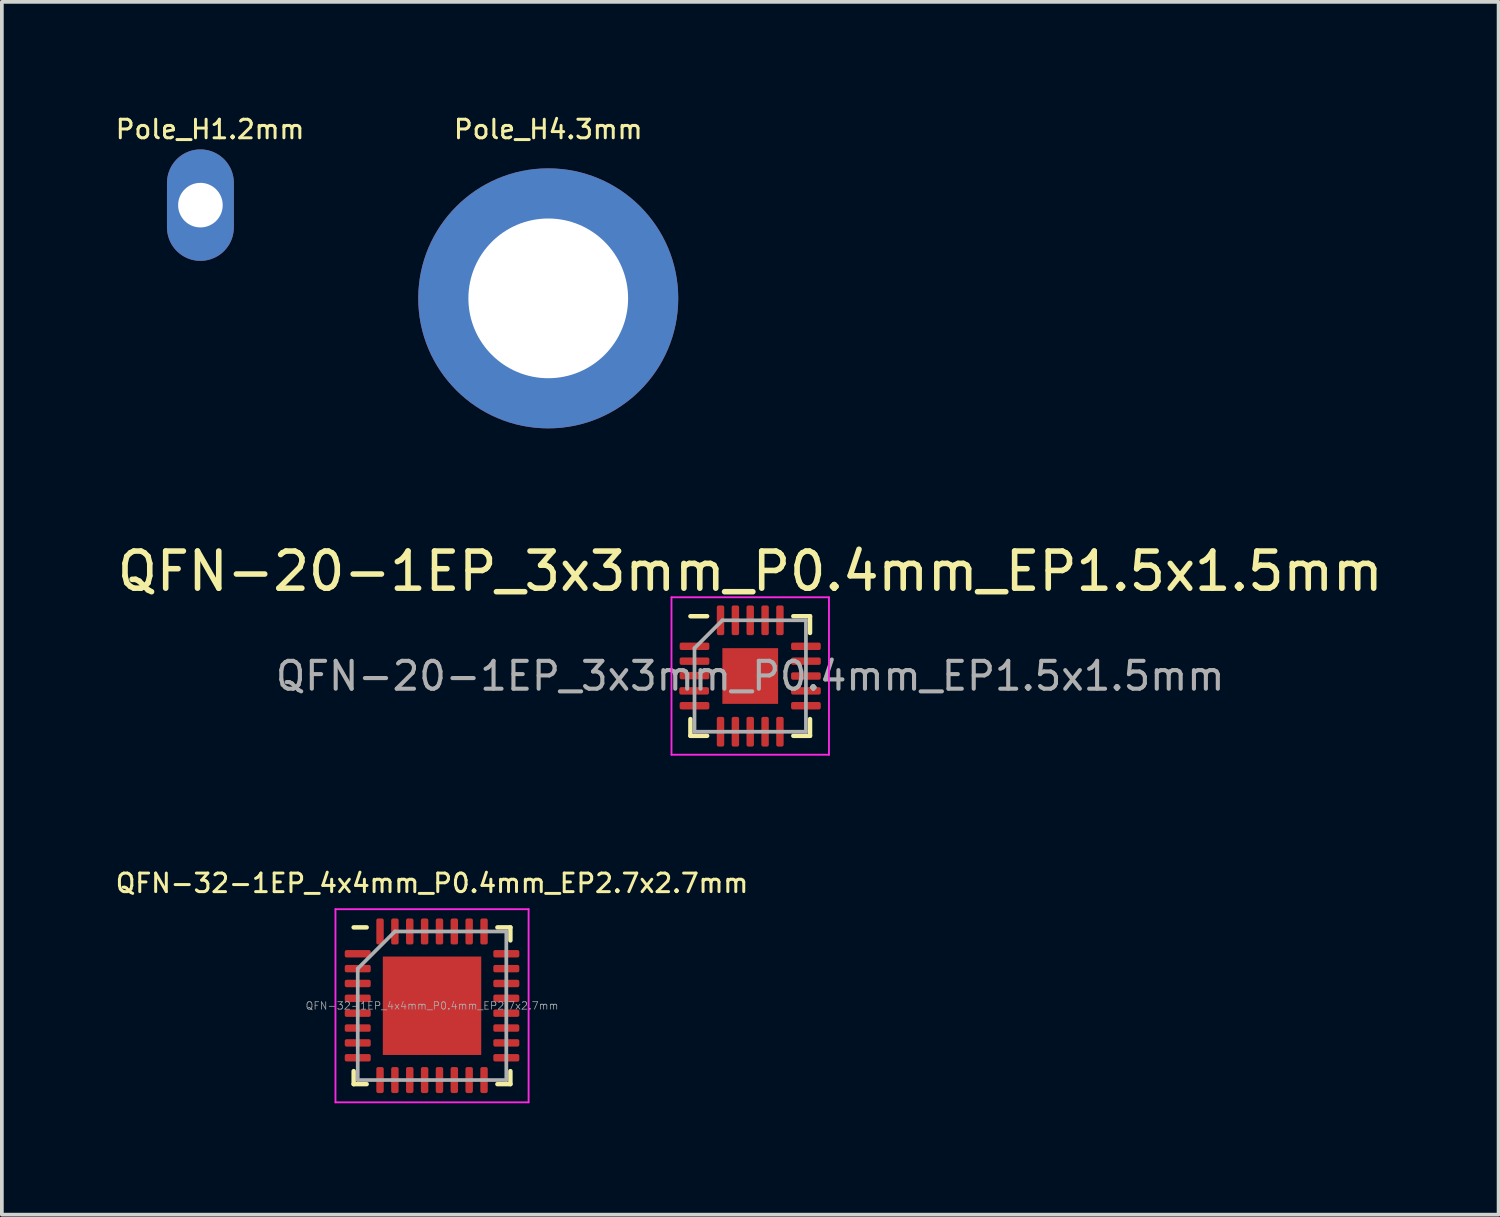
<source format=kicad_pcb>
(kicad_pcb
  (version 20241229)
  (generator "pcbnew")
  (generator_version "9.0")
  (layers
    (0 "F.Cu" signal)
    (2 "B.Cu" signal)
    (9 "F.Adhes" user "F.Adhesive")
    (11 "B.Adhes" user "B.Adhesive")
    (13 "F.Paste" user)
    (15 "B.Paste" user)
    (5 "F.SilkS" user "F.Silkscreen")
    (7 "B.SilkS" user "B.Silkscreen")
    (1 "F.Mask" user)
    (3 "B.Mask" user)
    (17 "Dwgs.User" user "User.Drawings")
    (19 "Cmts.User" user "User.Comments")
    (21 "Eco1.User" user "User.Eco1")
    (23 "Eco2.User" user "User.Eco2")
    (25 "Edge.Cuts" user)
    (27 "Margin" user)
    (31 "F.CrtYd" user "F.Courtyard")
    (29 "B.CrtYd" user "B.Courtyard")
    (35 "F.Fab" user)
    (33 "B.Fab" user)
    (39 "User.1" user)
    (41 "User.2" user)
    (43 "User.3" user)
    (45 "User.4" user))
  (footprint "QFN-20-1EP_3x3mm_P0.4mm_EP1.5x1.5mm"
    (layer "F.Cu")
    (at 17.149 15.151)
    (property "Reference" "QFN-20-1EP_3x3mm_P0.4mm_EP1.5x1.5mm" (at 0 -2.82 0) (layer "F.SilkS") (effects (font (size 1 1) (thickness 0.15))))
    (attr smd)
    (fp_line (start -1.61 1.61) (end -1.61 1.16) (stroke (width 0.12) (type solid)) (layer "F.SilkS"))
    (fp_line (start -1.16 -1.61) (end -1.61 -1.61) (stroke (width 0.12) (type solid)) (layer "F.SilkS"))
    (fp_line (start -1.16 1.61) (end -1.61 1.61) (stroke (width 0.12) (type solid)) (layer "F.SilkS"))
    (fp_line (start 1.16 -1.61) (end 1.61 -1.61) (stroke (width 0.12) (type solid)) (layer "F.SilkS"))
    (fp_line (start 1.16 1.61) (end 1.61 1.61) (stroke (width 0.12) (type solid)) (layer "F.SilkS"))
    (fp_line (start 1.61 -1.61) (end 1.61 -1.16) (stroke (width 0.12) (type solid)) (layer "F.SilkS"))
    (fp_line (start 1.61 1.61) (end 1.61 1.16) (stroke (width 0.12) (type solid)) (layer "F.SilkS"))
    (fp_line (start -2.12 -2.12) (end -2.12 2.12) (stroke (width 0.05) (type solid)) (layer "F.CrtYd"))
    (fp_line (start -2.12 2.12) (end 2.12 2.12) (stroke (width 0.05) (type solid)) (layer "F.CrtYd"))
    (fp_line (start 2.12 -2.12) (end -2.12 -2.12) (stroke (width 0.05) (type solid)) (layer "F.CrtYd"))
    (fp_line (start 2.12 2.12) (end 2.12 -2.12) (stroke (width 0.05) (type solid)) (layer "F.CrtYd"))
    (fp_line (start -1.5 -0.75) (end -0.75 -1.5) (stroke (width 0.1) (type solid)) (layer "F.Fab"))
    (fp_line (start -1.5 1.5) (end -1.5 -0.75) (stroke (width 0.1) (type solid)) (layer "F.Fab"))
    (fp_line (start -0.75 -1.5) (end 1.5 -1.5) (stroke (width 0.1) (type solid)) (layer "F.Fab"))
    (fp_line (start 1.5 -1.5) (end 1.5 1.5) (stroke (width 0.1) (type solid)) (layer "F.Fab"))
    (fp_line (start 1.5 1.5) (end -1.5 1.5) (stroke (width 0.1) (type solid)) (layer "F.Fab"))
    (fp_text user "${REFERENCE}" (at 0 0 0) (layer "F.Fab") (effects (font (size 0.75 0.75) (thickness 0.11))))
    (pad "" smd roundrect (at -0.41 -0.41) (size 0.67 0.67) (layers "F.Paste") (roundrect_rratio 0.25))
    (pad "" smd roundrect (at -0.41 0.41) (size 0.67 0.67) (layers "F.Paste") (roundrect_rratio 0.25))
    (pad "" smd roundrect (at 0.41 -0.41) (size 0.67 0.67) (layers "F.Paste") (roundrect_rratio 0.25))
    (pad "" smd roundrect (at 0.41 0.41) (size 0.67 0.67) (layers "F.Paste") (roundrect_rratio 0.25))
    (pad "1" smd roundrect (at -1.5 -0.8) (size 0.8 0.2) (layers "F.Cu" "F.Mask" "F.Paste") (roundrect_rratio 0.25))
    (pad "2" smd roundrect (at -1.5 -0.4) (size 0.8 0.2) (layers "F.Cu" "F.Mask" "F.Paste") (roundrect_rratio 0.25))
    (pad "3" smd roundrect (at -1.5 -0.01) (size 0.8 0.2) (layers "F.Cu" "F.Mask" "F.Paste") (roundrect_rratio 0.25))
    (pad "4" smd roundrect (at -1.51 0.4) (size 0.8 0.2) (layers "F.Cu" "F.Mask" "F.Paste") (roundrect_rratio 0.25))
    (pad "5" smd roundrect (at -1.5 0.8) (size 0.8 0.2) (layers "F.Cu" "F.Mask" "F.Paste") (roundrect_rratio 0.25))
    (pad "6" smd roundrect (at -0.8 1.5) (size 0.2 0.8) (layers "F.Cu" "F.Mask" "F.Paste") (roundrect_rratio 0.25))
    (pad "7" smd roundrect (at -0.4 1.5) (size 0.2 0.8) (layers "F.Cu" "F.Mask" "F.Paste") (roundrect_rratio 0.25))
    (pad "8" smd roundrect (at 0 1.5) (size 0.2 0.8) (layers "F.Cu" "F.Mask" "F.Paste") (roundrect_rratio 0.25))
    (pad "9" smd roundrect (at 0.4 1.5) (size 0.2 0.8) (layers "F.Cu" "F.Mask" "F.Paste") (roundrect_rratio 0.25))
    (pad "10" smd roundrect (at 0.8 1.5) (size 0.2 0.8) (layers "F.Cu" "F.Mask" "F.Paste") (roundrect_rratio 0.25))
    (pad "11" smd roundrect (at 1.5 0.8) (size 0.8 0.2) (layers "F.Cu" "F.Mask" "F.Paste") (roundrect_rratio 0.25))
    (pad "12" smd roundrect (at 1.5 0.4) (size 0.8 0.2) (layers "F.Cu" "F.Mask" "F.Paste") (roundrect_rratio 0.25))
    (pad "13" smd roundrect (at 1.5 0) (size 0.8 0.2) (layers "F.Cu" "F.Mask" "F.Paste") (roundrect_rratio 0.25))
    (pad "14" smd roundrect (at 1.5 -0.4) (size 0.8 0.2) (layers "F.Cu" "F.Mask" "F.Paste") (roundrect_rratio 0.25))
    (pad "15" smd roundrect (at 1.5 -0.8) (size 0.8 0.2) (layers "F.Cu" "F.Mask" "F.Paste") (roundrect_rratio 0.25))
    (pad "16" smd roundrect (at 0.8 -1.5) (size 0.2 0.8) (layers "F.Cu" "F.Mask" "F.Paste") (roundrect_rratio 0.25))
    (pad "17" smd roundrect (at 0.4 -1.5) (size 0.2 0.8) (layers "F.Cu" "F.Mask" "F.Paste") (roundrect_rratio 0.25))
    (pad "18" smd roundrect (at 0 -1.5) (size 0.2 0.8) (layers "F.Cu" "F.Mask" "F.Paste") (roundrect_rratio 0.25))
    (pad "19" smd roundrect (at -0.4 -1.5) (size 0.2 0.8) (layers "F.Cu" "F.Mask" "F.Paste") (roundrect_rratio 0.25))
    (pad "20" smd roundrect (at -0.8 -1.5) (size 0.2 0.8) (layers "F.Cu" "F.Mask" "F.Paste") (roundrect_rratio 0.25))
    (pad "21" smd rect (at 0 0) (size 1.5 1.5) (layers "F.Cu" "F.Mask")))
  (footprint "Pole_H4.3mm"
    (layer "F.Cu")
    (at 11.711 4.983)
    (property "Reference" "Pole_H4.3mm" (at 0 -4.55 0) (layer "F.SilkS") (effects (font (size 0.5 0.5) (thickness 0.08))))
    (attr through_hole)
    (pad "1" thru_hole circle (at 0 0) (size 7 7) (drill 4.3) (layers "*.Cu" "*.Mask")))
  (footprint "QFN-32-1EP_4x4mm_P0.4mm_EP2.7x2.7mm"
    (layer "F.Cu")
    (at 8.582 24.029)
    (property "Reference" "QFN-32-1EP_4x4mm_P0.4mm_EP2.7x2.7mm" (at 0 -3.3 0) (layer "F.SilkS") (effects (font (size 0.5 0.5) (thickness 0.08))))
    (attr smd)
    (fp_line (start -2.11 2.11) (end -2.11 1.76) (stroke (width 0.12) (type solid)) (layer "F.SilkS"))
    (fp_line (start -1.76 -2.11) (end -2.11 -2.11) (stroke (width 0.12) (type solid)) (layer "F.SilkS"))
    (fp_line (start -1.76 2.11) (end -2.11 2.11) (stroke (width 0.12) (type solid)) (layer "F.SilkS"))
    (fp_line (start 1.76 -2.11) (end 2.11 -2.11) (stroke (width 0.12) (type solid)) (layer "F.SilkS"))
    (fp_line (start 1.76 2.11) (end 2.11 2.11) (stroke (width 0.12) (type solid)) (layer "F.SilkS"))
    (fp_line (start 2.11 -2.11) (end 2.11 -1.76) (stroke (width 0.12) (type solid)) (layer "F.SilkS"))
    (fp_line (start 2.11 2.11) (end 2.11 1.76) (stroke (width 0.12) (type solid)) (layer "F.SilkS"))
    (fp_line (start -2.6 -2.6) (end -2.6 2.6) (stroke (width 0.05) (type solid)) (layer "F.CrtYd"))
    (fp_line (start -2.6 2.6) (end 2.6 2.6) (stroke (width 0.05) (type solid)) (layer "F.CrtYd"))
    (fp_line (start 2.6 -2.6) (end -2.6 -2.6) (stroke (width 0.05) (type solid)) (layer "F.CrtYd"))
    (fp_line (start 2.6 2.6) (end 2.6 -2.6) (stroke (width 0.05) (type solid)) (layer "F.CrtYd"))
    (fp_line (start -2 -1) (end -1 -2) (stroke (width 0.1) (type solid)) (layer "F.Fab"))
    (fp_line (start -2 2) (end -2 -1) (stroke (width 0.1) (type solid)) (layer "F.Fab"))
    (fp_line (start -1 -2) (end 2 -2) (stroke (width 0.1) (type solid)) (layer "F.Fab"))
    (fp_line (start 2 -2) (end 2 2) (stroke (width 0.1) (type solid)) (layer "F.Fab"))
    (fp_line (start 2 2) (end -2 2) (stroke (width 0.1) (type solid)) (layer "F.Fab"))
    (fp_text user "${REFERENCE}" (at 0 0 0) (layer "F.Fab") (effects (font (size 0.2 0.2) (thickness 0.02))))
    (pad "" smd roundrect (at -0.725 -0.725) (size 1.17 1.17) (layers "F.Paste") (roundrect_rratio 0.214))
    (pad "" smd roundrect (at -0.725 0.725) (size 1.17 1.17) (layers "F.Paste") (roundrect_rratio 0.214))
    (pad "" smd roundrect (at 0.725 -0.725) (size 1.17 1.17) (layers "F.Paste") (roundrect_rratio 0.214))
    (pad "" smd roundrect (at 0.725 0.725) (size 1.17 1.17) (layers "F.Paste") (roundrect_rratio 0.214))
    (pad "0" smd rect (at 0 0) (size 2.65 2.65) (layers "F.Cu" "F.Mask"))
    (pad "1" smd roundrect (at -2 -1.4) (size 0.7 0.2) (layers "F.Cu" "F.Mask" "F.Paste") (roundrect_rratio 0.25))
    (pad "2" smd roundrect (at -2 -1) (size 0.7 0.2) (layers "F.Cu" "F.Mask" "F.Paste") (roundrect_rratio 0.25))
    (pad "3" smd roundrect (at -2 -0.6) (size 0.7 0.2) (layers "F.Cu" "F.Mask" "F.Paste") (roundrect_rratio 0.25))
    (pad "4" smd roundrect (at -2 -0.2) (size 0.7 0.2) (layers "F.Cu" "F.Mask" "F.Paste") (roundrect_rratio 0.25))
    (pad "5" smd roundrect (at -2 0.2) (size 0.7 0.2) (layers "F.Cu" "F.Mask" "F.Paste") (roundrect_rratio 0.25))
    (pad "6" smd roundrect (at -2 0.6) (size 0.7 0.2) (layers "F.Cu" "F.Mask" "F.Paste") (roundrect_rratio 0.25))
    (pad "7" smd roundrect (at -2 1) (size 0.7 0.2) (layers "F.Cu" "F.Mask" "F.Paste") (roundrect_rratio 0.25))
    (pad "8" smd roundrect (at -2 1.4) (size 0.7 0.2) (layers "F.Cu" "F.Mask" "F.Paste") (roundrect_rratio 0.25))
    (pad "9" smd roundrect (at -1.4 2) (size 0.2 0.7) (layers "F.Cu" "F.Mask" "F.Paste") (roundrect_rratio 0.25))
    (pad "10" smd roundrect (at -1 2) (size 0.2 0.7) (layers "F.Cu" "F.Mask" "F.Paste") (roundrect_rratio 0.25))
    (pad "11" smd roundrect (at -0.6 2) (size 0.2 0.7) (layers "F.Cu" "F.Mask" "F.Paste") (roundrect_rratio 0.25))
    (pad "12" smd roundrect (at -0.2 2) (size 0.2 0.7) (layers "F.Cu" "F.Mask" "F.Paste") (roundrect_rratio 0.25))
    (pad "13" smd roundrect (at 0.2 2) (size 0.2 0.7) (layers "F.Cu" "F.Mask" "F.Paste") (roundrect_rratio 0.25))
    (pad "14" smd roundrect (at 0.6 2) (size 0.2 0.7) (layers "F.Cu" "F.Mask" "F.Paste") (roundrect_rratio 0.25))
    (pad "15" smd roundrect (at 1 2) (size 0.2 0.7) (layers "F.Cu" "F.Mask" "F.Paste") (roundrect_rratio 0.25))
    (pad "16" smd roundrect (at 1.4 2) (size 0.2 0.7) (layers "F.Cu" "F.Mask" "F.Paste") (roundrect_rratio 0.25))
    (pad "17" smd roundrect (at 2 1.4) (size 0.7 0.2) (layers "F.Cu" "F.Mask" "F.Paste") (roundrect_rratio 0.25))
    (pad "18" smd roundrect (at 2 1) (size 0.7 0.2) (layers "F.Cu" "F.Mask" "F.Paste") (roundrect_rratio 0.25))
    (pad "19" smd roundrect (at 2 0.6) (size 0.7 0.2) (layers "F.Cu" "F.Mask" "F.Paste") (roundrect_rratio 0.25))
    (pad "20" smd roundrect (at 2 0.2) (size 0.7 0.2) (layers "F.Cu" "F.Mask" "F.Paste") (roundrect_rratio 0.25))
    (pad "21" smd roundrect (at 2 -0.2) (size 0.7 0.2) (layers "F.Cu" "F.Mask" "F.Paste") (roundrect_rratio 0.25))
    (pad "22" smd roundrect (at 2 -0.6) (size 0.7 0.2) (layers "F.Cu" "F.Mask" "F.Paste") (roundrect_rratio 0.25))
    (pad "23" smd roundrect (at 2 -1) (size 0.7 0.2) (layers "F.Cu" "F.Mask" "F.Paste") (roundrect_rratio 0.25))
    (pad "24" smd roundrect (at 2 -1.4) (size 0.7 0.2) (layers "F.Cu" "F.Mask" "F.Paste") (roundrect_rratio 0.25))
    (pad "25" smd roundrect (at 1.4 -2) (size 0.2 0.7) (layers "F.Cu" "F.Mask" "F.Paste") (roundrect_rratio 0.25))
    (pad "26" smd roundrect (at 1 -2) (size 0.2 0.7) (layers "F.Cu" "F.Mask" "F.Paste") (roundrect_rratio 0.25))
    (pad "27" smd roundrect (at 0.6 -2) (size 0.2 0.7) (layers "F.Cu" "F.Mask" "F.Paste") (roundrect_rratio 0.25))
    (pad "28" smd roundrect (at 0.2 -2) (size 0.2 0.7) (layers "F.Cu" "F.Mask" "F.Paste") (roundrect_rratio 0.25))
    (pad "29" smd roundrect (at -0.2 -2) (size 0.2 0.7) (layers "F.Cu" "F.Mask" "F.Paste") (roundrect_rratio 0.25))
    (pad "30" smd roundrect (at -0.6 -2) (size 0.2 0.7) (layers "F.Cu" "F.Mask" "F.Paste") (roundrect_rratio 0.25))
    (pad "31" smd roundrect (at -1 -2) (size 0.2 0.7) (layers "F.Cu" "F.Mask" "F.Paste") (roundrect_rratio 0.25))
    (pad "32" smd roundrect (at -1.4 -2) (size 0.2 0.7) (layers "F.Cu" "F.Mask" "F.Paste") (roundrect_rratio 0.25)))
  (footprint "Pole_H1.2mm"
    (layer "F.Cu")
    (at 2.346 2.473)
    (property "Reference" "Pole_H1.2mm" (at 0.26 -2.04 0) (layer "F.SilkS") (effects (font (size 0.5 0.5) (thickness 0.08))))
    (attr through_hole)
    (pad "1" thru_hole oval (at 0 0) (size 1.8 3) (drill 1.2) (layers "*.Cu" "*.Mask")))
  (gr_rect
    (start -3 -3)
    (end 37.298 29.654)
    (stroke (width 0.1) (type default))
    (fill no)
    (layer "Edge.Cuts")))
</source>
